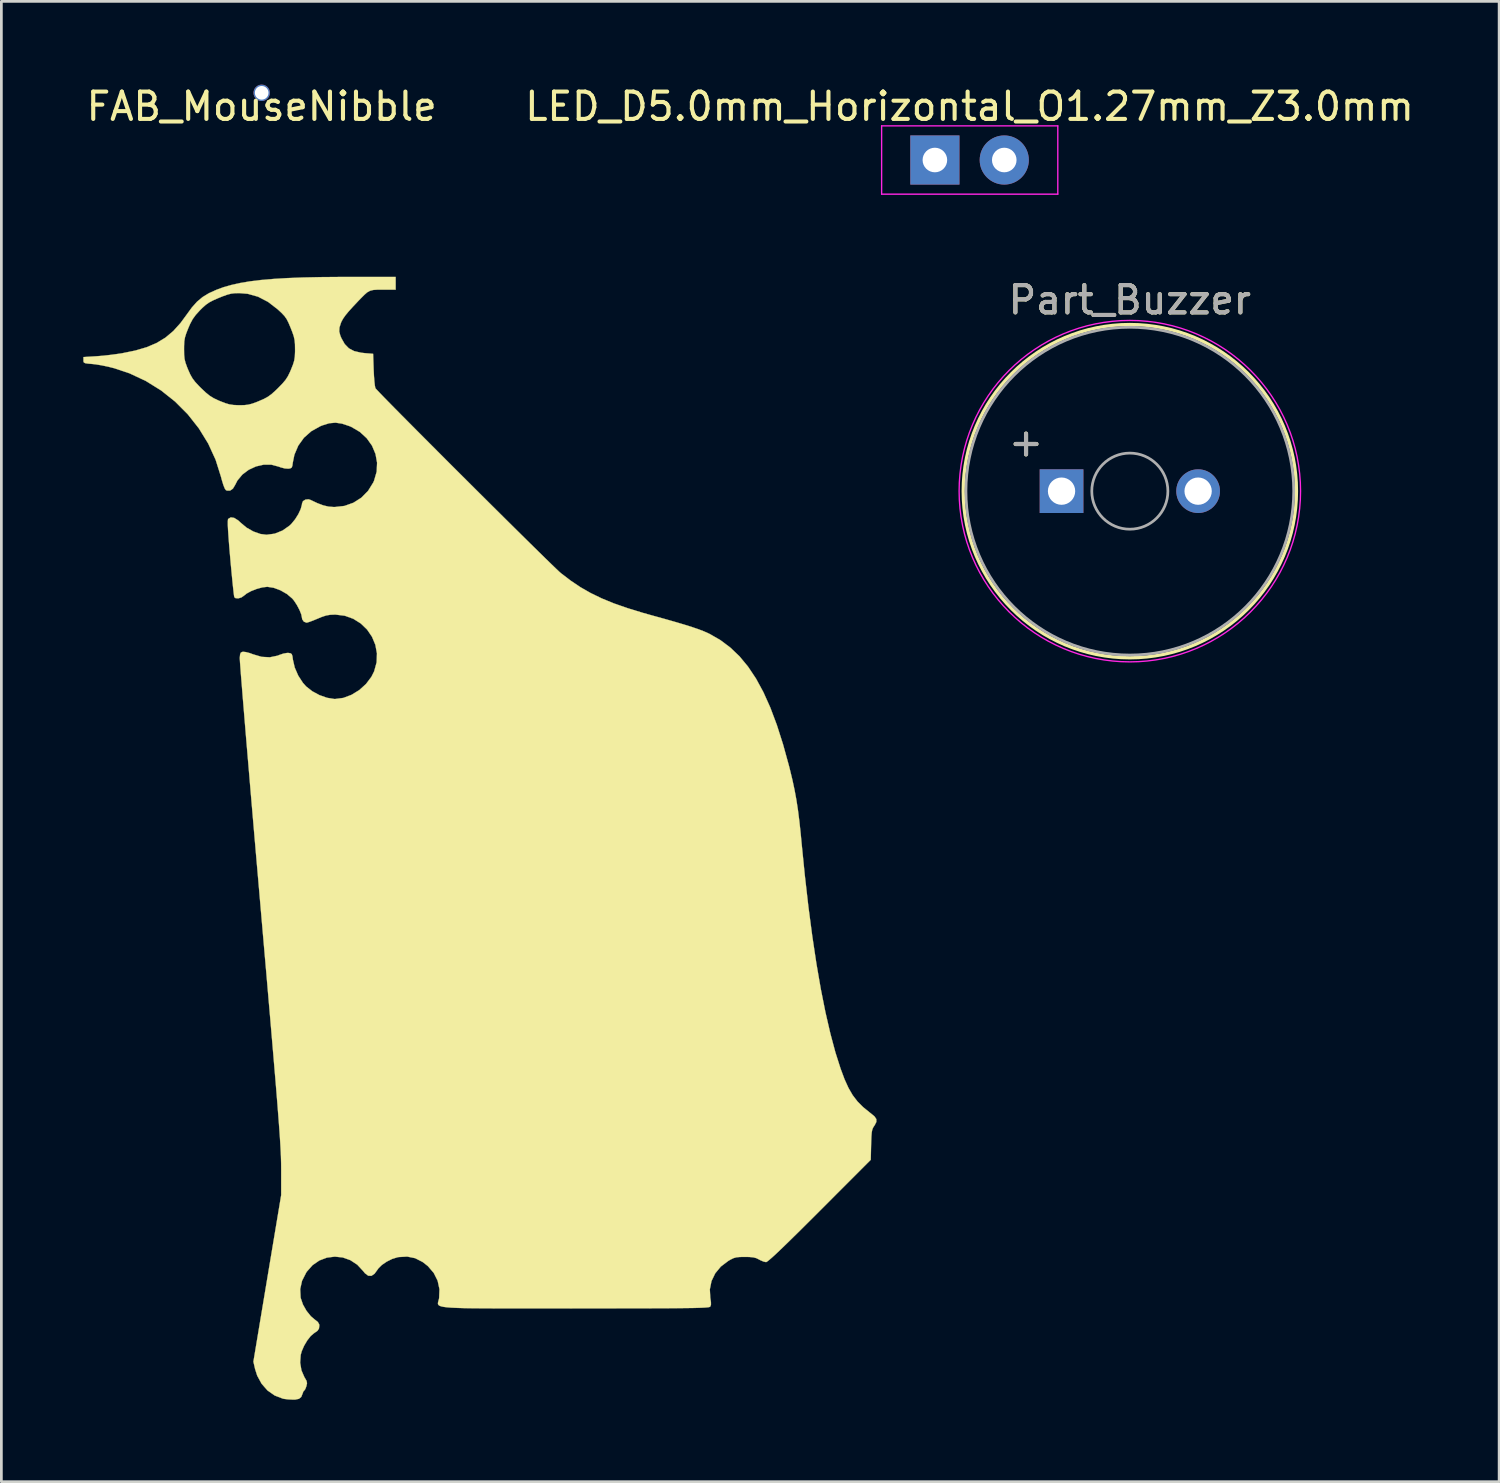
<source format=kicad_pcb>
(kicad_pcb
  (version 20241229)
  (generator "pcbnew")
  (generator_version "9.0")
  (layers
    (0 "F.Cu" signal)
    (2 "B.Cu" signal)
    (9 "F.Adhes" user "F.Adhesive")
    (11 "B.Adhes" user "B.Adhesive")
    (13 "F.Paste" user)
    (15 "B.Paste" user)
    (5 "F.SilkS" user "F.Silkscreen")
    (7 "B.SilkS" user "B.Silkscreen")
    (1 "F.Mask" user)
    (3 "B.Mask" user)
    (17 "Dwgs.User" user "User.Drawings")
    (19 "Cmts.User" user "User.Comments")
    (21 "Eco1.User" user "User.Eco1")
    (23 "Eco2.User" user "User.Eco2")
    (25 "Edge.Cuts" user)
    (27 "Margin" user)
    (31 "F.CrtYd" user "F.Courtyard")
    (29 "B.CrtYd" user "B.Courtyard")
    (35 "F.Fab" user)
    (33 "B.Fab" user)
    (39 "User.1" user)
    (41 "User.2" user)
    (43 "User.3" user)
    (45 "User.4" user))
  (footprint "FAB_MouseNibble"
    (layer "F.Cu")
    (at 6.53 0.348)
    (property "Reference" "FAB_MouseNibble" (at 0 0.5 0) (layer "F.SilkS") (effects (font (size 1 1) (thickness 0.15))))
    (attr through_hole)
    (pad "" np_thru_hole circle (at 0 0) (size 0.6 0.6) (drill 0.5) (layers "*.Cu" "*.Mask")))
  (footprint "LED_D5.0mm_Horizontal_O1.27mm_Z3.0mm"
    (layer "F.Cu")
    (at 31.176 2.808)
    (property "Reference" "LED_D5.0mm_Horizontal_O1.27mm_Z3.0mm" (at 1.27 -1.96 0) (layer "F.SilkS") (effects (font (size 1 1) (thickness 0.15))))
    (attr through_hole)
    (fp_line (start -1.95 -1.25) (end -1.95 1.25) (stroke (width 0.05) (type solid)) (layer "F.CrtYd"))
    (fp_line (start -1.95 1.25) (end 4.5 1.25) (stroke (width 0.05) (type solid)) (layer "F.CrtYd"))
    (fp_line (start 4.5 -1.25) (end -1.95 -1.25) (stroke (width 0.05) (type solid)) (layer "F.CrtYd"))
    (fp_line (start 4.5 1.25) (end 4.5 -1.25) (stroke (width 0.05) (type solid)) (layer "F.CrtYd"))
    (fp_line (start 0 0) (end 0 0) (stroke (width 0.1) (type solid)) (layer "F.Fab"))
    (pad "1" thru_hole rect (at 0 0) (size 1.8 1.8) (drill 0.9) (layers "*.Cu" "*.Mask"))
    (pad "2" thru_hole circle (at 2.54 0) (size 1.8 1.8) (drill 0.9) (layers "*.Cu" "*.Mask")))
  (footprint "Lucy_Grip"
    (layer "F.Cu")
    (at 14.525 27.662)
    (property "Reference" "Lucy_Grip" (at 0 0 0) (layer "F.SilkS") (effects (font (size 1.524 1.524) (thickness 0.3))))
    (attr through_hole)
    (fp_poly (pts (xy -3.09 -20.108) (xy -3.547 -20.108) (xy -3.758 -20.107) (xy -3.91 -20.097) (xy -4.027 -20.068) (xy -4.129 -20.012) (xy -4.239 -19.916) (xy -4.38 -19.774) (xy -4.432 -19.72) (xy -4.648 -19.491) (xy -4.812 -19.31) (xy -4.932 -19.164) (xy -5.016 -19.044) (xy -5.074 -18.938) (xy -5.094 -18.89) (xy -5.149 -18.718) (xy -5.156 -18.575) (xy -5.115 -18.422) (xy -5.076 -18.33) (xy -4.954 -18.115) (xy -4.803 -17.96) (xy -4.609 -17.858) (xy -4.356 -17.799) (xy -4.212 -17.783) (xy -3.916 -17.759) (xy -3.895 -17.166) (xy -3.884 -16.945) (xy -3.869 -16.75) (xy -3.852 -16.599) (xy -3.834 -16.51) (xy -3.829 -16.498) (xy -3.789 -16.452) (xy -3.694 -16.351) (xy -3.548 -16.2) (xy -3.356 -16.003) (xy -3.123 -15.766) (xy -2.853 -15.493) (xy -2.551 -15.189) (xy -2.222 -14.858) (xy -1.87 -14.505) (xy -1.501 -14.135) (xy -1.119 -13.752) (xy -0.728 -13.362) (xy -0.334 -12.969) (xy 0.059 -12.578) (xy 0.447 -12.192) (xy 0.824 -11.818) (xy 1.185 -11.46) (xy 1.527 -11.122) (xy 1.843 -10.81) (xy 2.131 -10.527) (xy 2.384 -10.279) (xy 2.598 -10.071) (xy 2.769 -9.906) (xy 2.891 -9.79) (xy 2.961 -9.728) (xy 2.963 -9.726) (xy 3.316 -9.456) (xy 3.673 -9.216) (xy 4.047 -9.002) (xy 4.451 -8.806) (xy 4.896 -8.623) (xy 5.395 -8.449) (xy 5.959 -8.276) (xy 6.282 -8.185) (xy 6.759 -8.053) (xy 7.162 -7.938) (xy 7.499 -7.838) (xy 7.779 -7.749) (xy 8.01 -7.67) (xy 8.199 -7.597) (xy 8.356 -7.527) (xy 8.402 -7.505) (xy 8.796 -7.279) (xy 9.16 -7.006) (xy 9.498 -6.684) (xy 9.81 -6.307) (xy 10.101 -5.871) (xy 10.372 -5.373) (xy 10.626 -4.808) (xy 10.865 -4.172) (xy 11.092 -3.461) (xy 11.31 -2.67) (xy 11.344 -2.535) (xy 11.436 -2.154) (xy 11.513 -1.794) (xy 11.579 -1.436) (xy 11.637 -1.06) (xy 11.689 -0.648) (xy 11.739 -0.182) (xy 11.768 0.127) (xy 11.89 1.342) (xy 12.021 2.489) (xy 12.163 3.565) (xy 12.314 4.569) (xy 12.475 5.499) (xy 12.645 6.351) (xy 12.824 7.126) (xy 13.01 7.82) (xy 13.199 8.412) (xy 13.343 8.799) (xy 13.488 9.118) (xy 13.642 9.384) (xy 13.818 9.614) (xy 14.026 9.822) (xy 14.276 10.025) (xy 14.298 10.041) (xy 14.439 10.158) (xy 14.507 10.259) (xy 14.508 10.362) (xy 14.446 10.483) (xy 14.425 10.513) (xy 14.385 10.577) (xy 14.357 10.65) (xy 14.339 10.747) (xy 14.327 10.888) (xy 14.319 11.088) (xy 14.316 11.197) (xy 14.303 11.748) (xy 12.433 13.621) (xy 12.01 14.043) (xy 11.644 14.407) (xy 11.331 14.714) (xy 11.071 14.967) (xy 10.86 15.168) (xy 10.697 15.318) (xy 10.578 15.421) (xy 10.502 15.479) (xy 10.47 15.494) (xy 10.376 15.473) (xy 10.254 15.42) (xy 10.215 15.399) (xy 10.116 15.349) (xy 10.007 15.32) (xy 9.863 15.306) (xy 9.693 15.303) (xy 9.509 15.306) (xy 9.381 15.319) (xy 9.276 15.349) (xy 9.165 15.404) (xy 9.084 15.452) (xy 8.814 15.657) (xy 8.609 15.905) (xy 8.473 16.187) (xy 8.412 16.49) (xy 8.428 16.796) (xy 8.452 16.956) (xy 8.453 17.056) (xy 8.429 17.118) (xy 8.424 17.124) (xy 8.408 17.134) (xy 8.375 17.143) (xy 8.319 17.15) (xy 8.238 17.157) (xy 8.125 17.163) (xy 7.977 17.168) (xy 7.789 17.173) (xy 7.557 17.176) (xy 7.277 17.179) (xy 6.943 17.182) (xy 6.552 17.184) (xy 6.1 17.185) (xy 5.58 17.186) (xy 4.991 17.187) (xy 4.325 17.187) (xy 3.581 17.187) (xy 3.471 17.187) (xy 2.709 17.188) (xy 2.028 17.188) (xy 1.422 17.188) (xy 0.888 17.188) (xy 0.42 17.187) (xy 0.016 17.185) (xy -0.33 17.182) (xy -0.622 17.177) (xy -0.864 17.169) (xy -1.061 17.16) (xy -1.218 17.147) (xy -1.337 17.132) (xy -1.425 17.113) (xy -1.485 17.09) (xy -1.522 17.063) (xy -1.539 17.032) (xy -1.543 16.996) (xy -1.535 16.955) (xy -1.523 16.908) (xy -1.508 16.856) (xy -1.499 16.811) (xy -1.486 16.486) (xy -1.553 16.176) (xy -1.695 15.891) (xy -1.909 15.641) (xy -2.1 15.491) (xy -2.377 15.35) (xy -2.667 15.291) (xy -2.982 15.309) (xy -3.027 15.318) (xy -3.22 15.378) (xy -3.417 15.476) (xy -3.593 15.596) (xy -3.72 15.72) (xy -3.745 15.757) (xy -3.863 15.919) (xy -3.979 15.997) (xy -4.095 15.991) (xy -4.214 15.902) (xy -4.277 15.824) (xy -4.495 15.589) (xy -4.749 15.422) (xy -5.027 15.323) (xy -5.317 15.293) (xy -5.606 15.329) (xy -5.882 15.433) (xy -6.131 15.604) (xy -6.342 15.842) (xy -6.365 15.877) (xy -6.517 16.177) (xy -6.585 16.481) (xy -6.57 16.786) (xy -6.565 16.811) (xy -6.485 17.045) (xy -6.355 17.276) (xy -6.194 17.476) (xy -6.054 17.595) (xy -5.939 17.685) (xy -5.89 17.771) (xy -5.885 17.817) (xy -5.898 17.926) (xy -5.949 18.005) (xy -6.057 18.082) (xy -6.076 18.094) (xy -6.199 18.198) (xy -6.326 18.36) (xy -6.441 18.554) (xy -6.529 18.756) (xy -6.566 18.889) (xy -6.587 19.174) (xy -6.539 19.457) (xy -6.43 19.709) (xy -6.414 19.733) (xy -6.352 19.842) (xy -6.335 19.928) (xy -6.358 20.034) (xy -6.36 20.04) (xy -6.397 20.139) (xy -6.431 20.191) (xy -6.437 20.193) (xy -6.469 20.229) (xy -6.496 20.304) (xy -6.545 20.427) (xy -6.63 20.498) (xy -6.767 20.526) (xy -6.866 20.527) (xy -7.023 20.519) (xy -7.166 20.502) (xy -7.218 20.492) (xy -7.518 20.377) (xy -7.782 20.192) (xy -7.998 19.946) (xy -8.159 19.65) (xy -8.236 19.409) (xy -8.298 19.138) (xy -7.79 16.09) (xy -7.281 13.041) (xy -7.281 12.104) (xy -7.282 11.991) (xy -7.283 11.875) (xy -7.286 11.752) (xy -7.29 11.618) (xy -7.296 11.471) (xy -7.305 11.306) (xy -7.316 11.119) (xy -7.329 10.907) (xy -7.346 10.666) (xy -7.366 10.392) (xy -7.39 10.081) (xy -7.417 9.73) (xy -7.449 9.336) (xy -7.485 8.893) (xy -7.527 8.399) (xy -7.573 7.85) (xy -7.625 7.242) (xy -7.682 6.571) (xy -7.746 5.834) (xy -7.815 5.026) (xy -7.892 4.145) (xy -7.975 3.186) (xy -8.045 2.377) (xy -8.119 1.519) (xy -8.192 0.682) (xy -8.262 -0.13) (xy -8.329 -0.913) (xy -8.393 -1.663) (xy -8.453 -2.377) (xy -8.51 -3.049) (xy -8.563 -3.676) (xy -8.611 -4.255) (xy -8.654 -4.78) (xy -8.693 -5.247) (xy -8.725 -5.654) (xy -8.753 -5.995) (xy -8.773 -6.267) (xy -8.788 -6.466) (xy -8.795 -6.588) (xy -8.797 -6.625) (xy -8.785 -6.752) (xy -8.761 -6.817) (xy -8.712 -6.844) (xy -8.672 -6.85) (xy -8.575 -6.84) (xy -8.434 -6.803) (xy -8.303 -6.755) (xy -7.997 -6.665) (xy -7.695 -6.649) (xy -7.412 -6.708) (xy -7.349 -6.734) (xy -7.204 -6.783) (xy -7.065 -6.808) (xy -7.015 -6.808) (xy -6.937 -6.795) (xy -6.893 -6.762) (xy -6.869 -6.687) (xy -6.852 -6.562) (xy -6.785 -6.272) (xy -6.657 -5.978) (xy -6.485 -5.713) (xy -6.365 -5.579) (xy -6.144 -5.406) (xy -5.881 -5.264) (xy -5.604 -5.166) (xy -5.342 -5.123) (xy -5.304 -5.122) (xy -5.003 -5.162) (xy -4.704 -5.275) (xy -4.423 -5.448) (xy -4.176 -5.671) (xy -3.978 -5.934) (xy -3.877 -6.135) (xy -3.787 -6.463) (xy -3.775 -6.79) (xy -3.833 -7.105) (xy -3.956 -7.4) (xy -4.135 -7.663) (xy -4.366 -7.886) (xy -4.64 -8.058) (xy -4.951 -8.17) (xy -5.292 -8.212) (xy -5.312 -8.212) (xy -5.486 -8.205) (xy -5.637 -8.179) (xy -5.801 -8.125) (xy -5.947 -8.064) (xy -6.108 -7.997) (xy -6.245 -7.946) (xy -6.335 -7.919) (xy -6.352 -7.916) (xy -6.45 -7.953) (xy -6.512 -8.042) (xy -6.519 -8.088) (xy -6.544 -8.216) (xy -6.61 -8.381) (xy -6.703 -8.558) (xy -6.809 -8.72) (xy -6.875 -8.8) (xy -7.07 -8.965) (xy -7.305 -9.1) (xy -7.553 -9.193) (xy -7.783 -9.229) (xy -7.793 -9.229) (xy -7.972 -9.208) (xy -8.178 -9.152) (xy -8.38 -9.073) (xy -8.549 -8.981) (xy -8.638 -8.909) (xy -8.737 -8.84) (xy -8.851 -8.806) (xy -8.95 -8.814) (xy -8.996 -8.848) (xy -9.006 -8.899) (xy -9.022 -9.024) (xy -9.043 -9.213) (xy -9.068 -9.456) (xy -9.096 -9.742) (xy -9.126 -10.061) (xy -9.145 -10.275) (xy -9.181 -10.693) (xy -9.207 -11.032) (xy -9.225 -11.297) (xy -9.235 -11.493) (xy -9.235 -11.625) (xy -9.228 -11.698) (xy -9.222 -11.714) (xy -9.126 -11.771) (xy -9.002 -11.752) (xy -8.856 -11.661) (xy -8.761 -11.573) (xy -8.548 -11.395) (xy -8.299 -11.254) (xy -8.041 -11.163) (xy -7.819 -11.134) (xy -7.519 -11.174) (xy -7.229 -11.29) (xy -6.971 -11.472) (xy -6.906 -11.536) (xy -6.771 -11.701) (xy -6.653 -11.889) (xy -6.566 -12.076) (xy -6.522 -12.236) (xy -6.519 -12.275) (xy -6.483 -12.364) (xy -6.394 -12.421) (xy -6.28 -12.433) (xy -6.212 -12.412) (xy -5.953 -12.29) (xy -5.739 -12.21) (xy -5.547 -12.165) (xy -5.353 -12.15) (xy -5.319 -12.15) (xy -4.964 -12.19) (xy -4.636 -12.307) (xy -4.344 -12.493) (xy -4.099 -12.743) (xy -3.91 -13.048) (xy -3.88 -13.116) (xy -3.785 -13.443) (xy -3.77 -13.772) (xy -3.828 -14.093) (xy -3.955 -14.395) (xy -4.148 -14.667) (xy -4.4 -14.899) (xy -4.706 -15.08) (xy -4.781 -15.112) (xy -5.053 -15.203) (xy -5.291 -15.238) (xy -5.523 -15.217) (xy -5.777 -15.138) (xy -5.848 -15.109) (xy -6.175 -14.928) (xy -6.447 -14.688) (xy -6.656 -14.397) (xy -6.797 -14.065) (xy -6.855 -13.78) (xy -6.873 -13.654) (xy -6.901 -13.589) (xy -6.955 -13.563) (xy -7.022 -13.554) (xy -7.149 -13.563) (xy -7.303 -13.603) (xy -7.368 -13.628) (xy -7.637 -13.7) (xy -7.922 -13.701) (xy -8.205 -13.636) (xy -8.471 -13.513) (xy -8.702 -13.339) (xy -8.884 -13.12) (xy -8.963 -12.966) (xy -9.048 -12.823) (xy -9.154 -12.75) (xy -9.268 -12.752) (xy -9.308 -12.772) (xy -9.348 -12.831) (xy -9.398 -12.957) (xy -9.452 -13.134) (xy -9.484 -13.254) (xy -9.681 -13.88) (xy -9.953 -14.474) (xy -10.295 -15.03) (xy -10.7 -15.544) (xy -11.162 -16.008) (xy -11.676 -16.417) (xy -12.235 -16.764) (xy -12.834 -17.045) (xy -13.386 -17.23) (xy -13.616 -17.288) (xy -13.858 -17.338) (xy -14.077 -17.374) (xy -14.187 -17.386) (xy -14.353 -17.4) (xy -14.452 -17.415) (xy -14.502 -17.439) (xy -14.519 -17.479) (xy -14.52 -17.526) (xy -14.52 -17.64) (xy -14.054 -17.669) (xy -13.8 -17.689) (xy -13.509 -17.722) (xy -13.23 -17.76) (xy -13.112 -17.778) (xy -12.619 -17.879) (xy -12.452 -17.928) (xy -10.837 -17.928) (xy -10.834 -17.726) (xy -10.819 -17.573) (xy -10.785 -17.433) (xy -10.726 -17.271) (xy -10.689 -17.18) (xy -10.609 -17.001) (xy -10.528 -16.859) (xy -10.428 -16.727) (xy -10.29 -16.579) (xy -10.213 -16.502) (xy -10.043 -16.341) (xy -9.901 -16.226) (xy -9.759 -16.137) (xy -9.589 -16.056) (xy -9.525 -16.029) (xy -9.33 -15.953) (xy -9.175 -15.907) (xy -9.023 -15.885) (xy -8.839 -15.877) (xy -8.816 -15.877) (xy -8.633 -15.88) (xy -8.486 -15.897) (xy -8.341 -15.934) (xy -8.165 -15.999) (xy -8.097 -16.027) (xy -7.911 -16.108) (xy -7.764 -16.189) (xy -7.63 -16.287) (xy -7.48 -16.422) (xy -7.398 -16.502) (xy -7.238 -16.666) (xy -7.123 -16.802) (xy -7.036 -16.936) (xy -6.958 -17.095) (xy -6.922 -17.18) (xy -6.848 -17.366) (xy -6.803 -17.514) (xy -6.781 -17.659) (xy -6.773 -17.839) (xy -6.773 -17.922) (xy -6.776 -18.114) (xy -6.79 -18.263) (xy -6.821 -18.403) (xy -6.877 -18.565) (xy -6.932 -18.705) (xy -7.012 -18.895) (xy -7.082 -19.033) (xy -7.164 -19.147) (xy -7.274 -19.263) (xy -7.408 -19.387) (xy -7.762 -19.66) (xy -8.128 -19.85) (xy -8.506 -19.956) (xy -8.805 -19.981) (xy -8.972 -19.978) (xy -9.11 -19.962) (xy -9.247 -19.927) (xy -9.413 -19.868) (xy -9.56 -19.809) (xy -9.765 -19.72) (xy -9.917 -19.64) (xy -10.044 -19.551) (xy -10.172 -19.436) (xy -10.254 -19.354) (xy -10.408 -19.185) (xy -10.52 -19.031) (xy -10.614 -18.855) (xy -10.683 -18.697) (xy -10.758 -18.506) (xy -10.804 -18.357) (xy -10.828 -18.216) (xy -10.836 -18.047) (xy -10.837 -17.928) (xy -12.452 -17.928) (xy -12.198 -18.003) (xy -11.834 -18.159) (xy -11.516 -18.353) (xy -11.23 -18.594) (xy -10.965 -18.888) (xy -10.753 -19.177) (xy -10.551 -19.454) (xy -10.36 -19.668) (xy -10.159 -19.836) (xy -9.93 -19.976) (xy -9.654 -20.101) (xy -9.394 -20.197) (xy -9.107 -20.279) (xy -8.787 -20.351) (xy -8.428 -20.411) (xy -8.024 -20.461) (xy -7.569 -20.5) (xy -7.056 -20.531) (xy -6.48 -20.553) (xy -5.834 -20.567) (xy -5.112 -20.573) (xy -4.794 -20.574) (xy -3.09 -20.574) (xy -3.09 -20.108)) (stroke (width 0.01) (type solid)) (fill yes) (layer "F.SilkS")))
  (footprint "Part_Buzzer"
    (layer "F.Cu")
    (at 34.513 14.931)
    (property "Reference" "Part_Buzzer" (at 3.8 -7 0) (layer "F.SilkS") (effects (font (size 1 1) (thickness 0.15))))
    (attr through_hole)
    (fp_circle (center 3.8 0) (end 9.9 0) (stroke (width 0.12) (type solid)) (fill no) (layer "F.SilkS"))
    (fp_circle (center 3.8 0) (end 10.05 0) (stroke (width 0.05) (type solid)) (fill no) (layer "F.CrtYd"))
    (fp_circle (center 3.8 0) (end 5.1 0.5) (stroke (width 0.1) (type solid)) (fill no) (layer "F.Fab"))
    (fp_circle (center 3.8 0) (end 9.8 0) (stroke (width 0.1) (type solid)) (fill no) (layer "F.Fab"))
    (fp_text user "+" (at 0 -1.8 0) (layer "F.SilkS") (effects (font (size 1 1) (thickness 0.15))))
    (fp_text user "${REFERENCE}" (at 3.8 -7 0) (layer "F.Fab") (effects (font (size 1 1) (thickness 0.15))))
    (fp_text user "+" (at 0 -1.8 0) (layer "F.Fab") (effects (font (size 1 1) (thickness 0.15))))
    (pad "1" thru_hole rect (at 1.3 0) (size 1.6 1.6) (drill 1) (layers "*.Cu" "*.Mask"))
    (pad "2" thru_hole circle (at 6.3 0) (size 1.6 1.6) (drill 1) (layers "*.Cu" "*.Mask")))
  (gr_rect
    (start -3 -3)
    (end 51.833 51.195)
    (stroke (width 0.1) (type default))
    (fill no)
    (layer "Edge.Cuts")))
</source>
